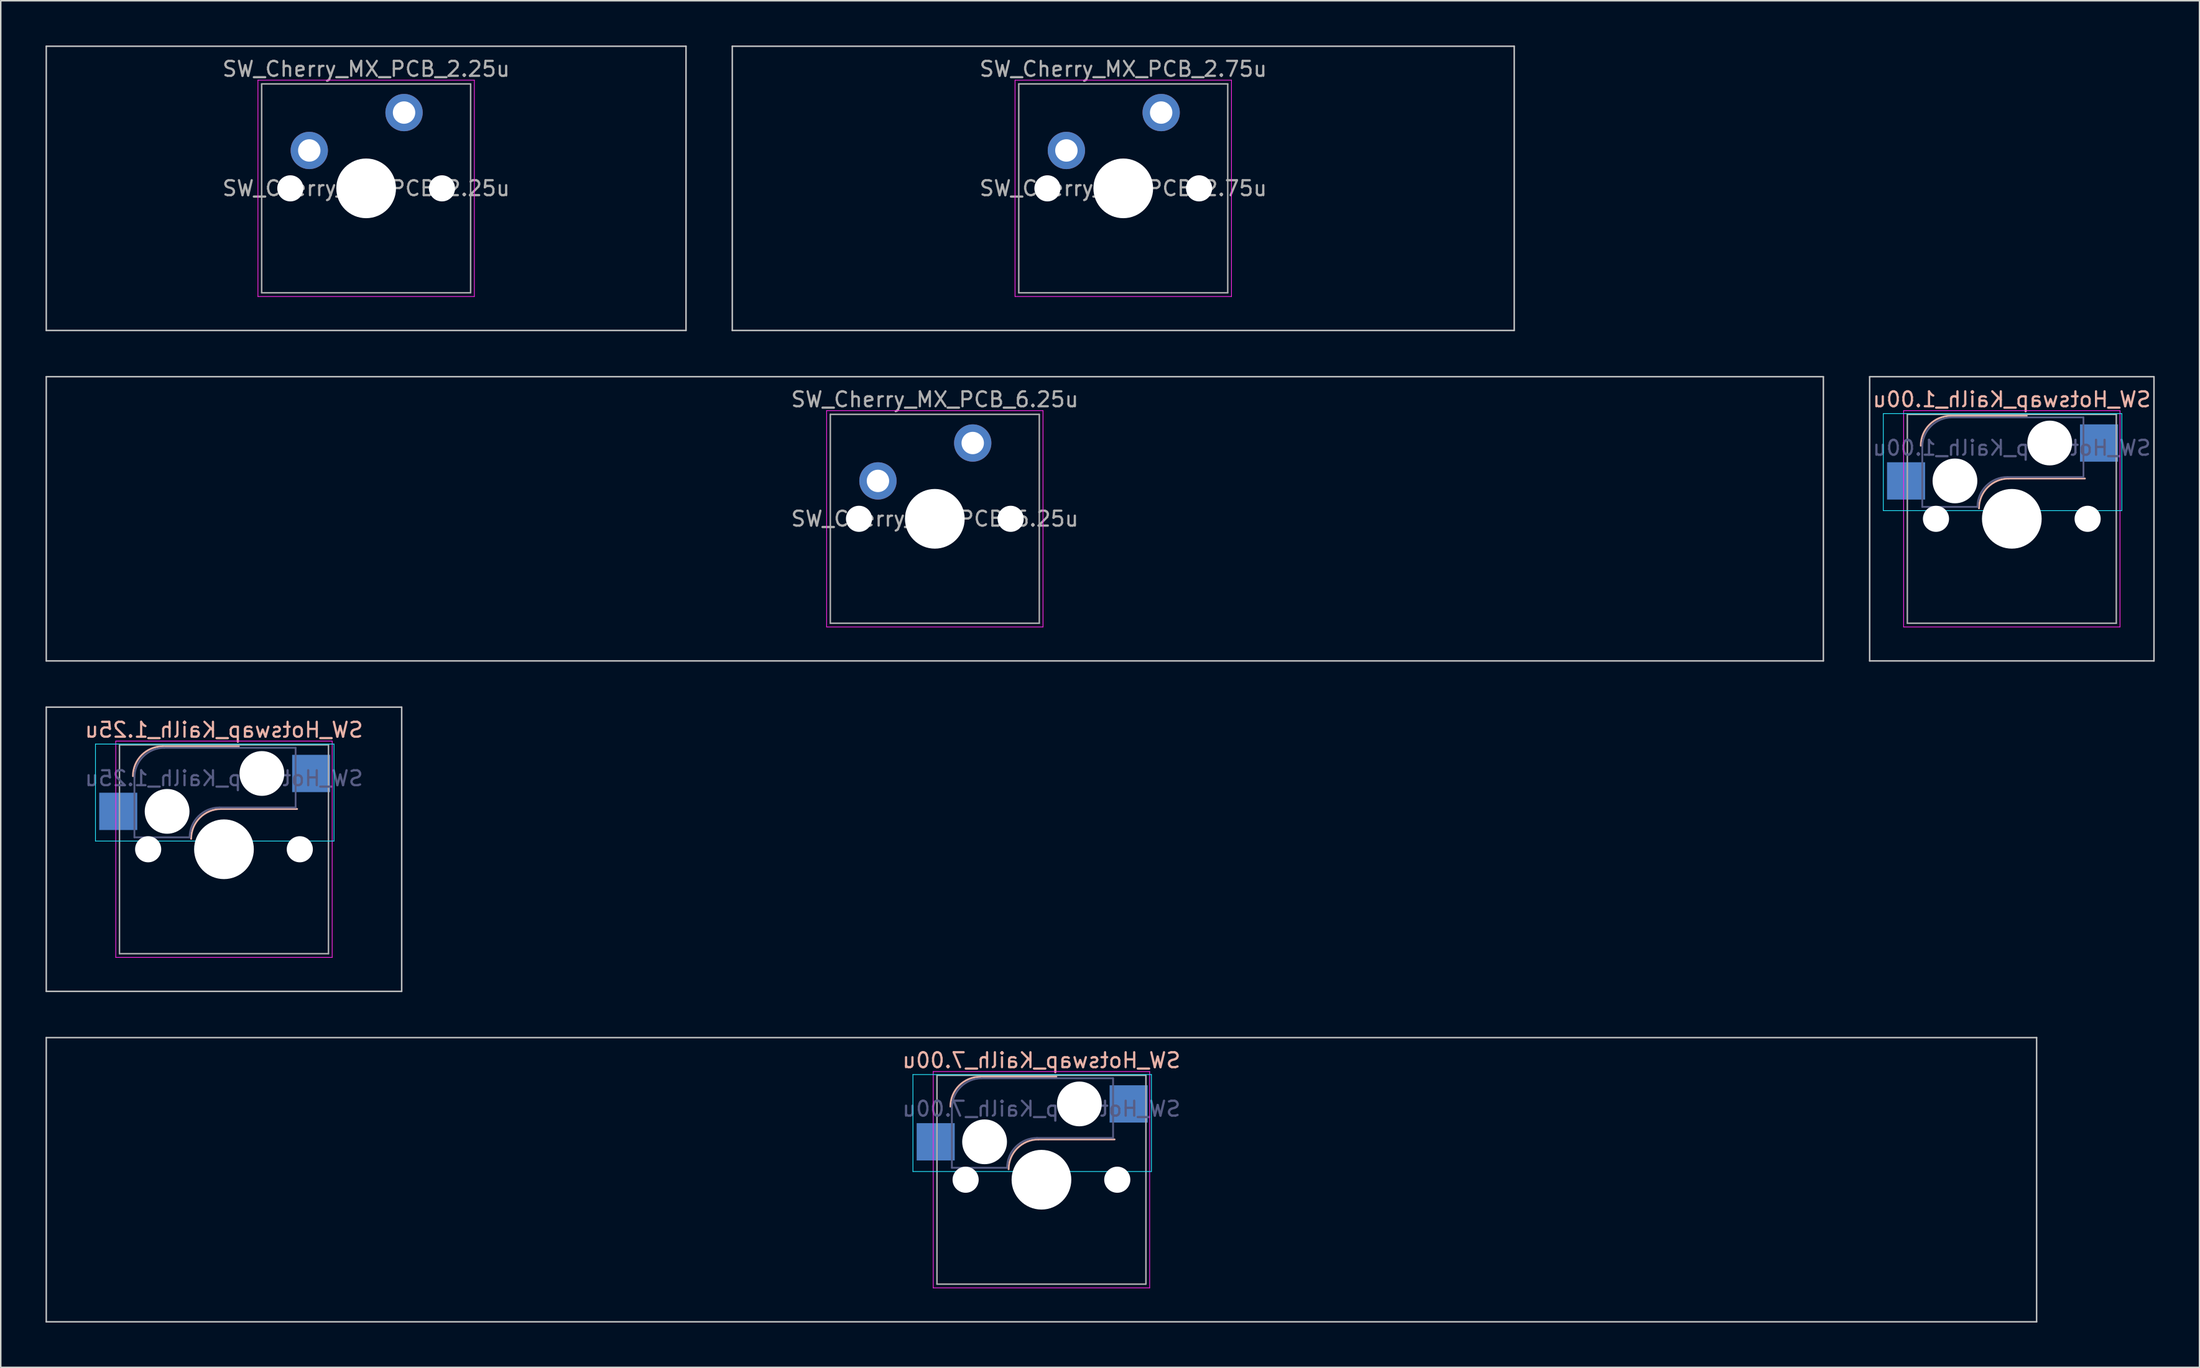
<source format=kicad_pcb>
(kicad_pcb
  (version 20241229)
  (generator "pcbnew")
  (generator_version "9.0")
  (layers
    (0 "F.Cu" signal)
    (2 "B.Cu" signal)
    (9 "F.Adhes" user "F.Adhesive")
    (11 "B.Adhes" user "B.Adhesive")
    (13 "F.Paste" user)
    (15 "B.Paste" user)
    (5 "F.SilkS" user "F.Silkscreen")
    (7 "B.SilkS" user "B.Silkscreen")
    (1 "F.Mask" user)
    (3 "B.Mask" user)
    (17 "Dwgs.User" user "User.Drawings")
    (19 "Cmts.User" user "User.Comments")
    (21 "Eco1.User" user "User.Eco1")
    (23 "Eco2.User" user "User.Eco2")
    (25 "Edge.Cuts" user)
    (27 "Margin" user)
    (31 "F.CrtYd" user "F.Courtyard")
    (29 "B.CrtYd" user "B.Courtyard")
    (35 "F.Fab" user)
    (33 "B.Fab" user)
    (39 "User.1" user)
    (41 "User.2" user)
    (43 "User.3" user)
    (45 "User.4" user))
  (footprint "SW_Hotswap_Kailh_7.00u"
    (layer "F.Cu")
    (at 66.725 76.025)
    (property "Reference" "SW_Hotswap_Kailh_7.00u" (at 0 -8 0) (layer "B.SilkS") (effects (font (size 1 1) (thickness 0.15)) (justify mirror)))
    (attr smd)
    (fp_line (start -4.1 -6.9) (end 1 -6.9) (stroke (width 0.12) (type solid)) (layer "B.SilkS"))
    (fp_line (start -0.2 -2.7) (end 4.9 -2.7) (stroke (width 0.12) (type solid)) (layer "B.SilkS"))
    (fp_arc (start -6.1 -4.9) (mid -5.514214 -6.314214) (end -4.1 -6.9) (stroke (width 0.12) (type solid)) (layer "B.SilkS"))
    (fp_arc (start -2.2 -0.7) (mid -1.614214 -2.114214) (end -0.2 -2.7) (stroke (width 0.12) (type solid)) (layer "B.SilkS"))
    (fp_line (start -66.675 -9.525) (end -66.675 9.525) (stroke (width 0.1) (type solid)) (layer "Dwgs.User"))
    (fp_line (start -66.675 9.525) (end 66.675 9.525) (stroke (width 0.1) (type solid)) (layer "Dwgs.User"))
    (fp_line (start 66.675 -9.525) (end -66.675 -9.525) (stroke (width 0.1) (type solid)) (layer "Dwgs.User"))
    (fp_line (start 66.675 9.525) (end 66.675 -9.525) (stroke (width 0.1) (type solid)) (layer "Dwgs.User"))
    (fp_line (start -8.61 -7.05) (end -8.61 -0.55) (stroke (width 0.05) (type solid)) (layer "B.CrtYd"))
    (fp_line (start -8.61 -0.55) (end 7.37 -0.55) (stroke (width 0.05) (type solid)) (layer "B.CrtYd"))
    (fp_line (start 7.37 -7.05) (end -8.61 -7.05) (stroke (width 0.05) (type solid)) (layer "B.CrtYd"))
    (fp_line (start 7.37 -0.55) (end 7.37 -7.05) (stroke (width 0.05) (type solid)) (layer "B.CrtYd"))
    (fp_line (start -7.25 -7.25) (end -7.25 7.25) (stroke (width 0.05) (type solid)) (layer "F.CrtYd"))
    (fp_line (start -7.25 7.25) (end 7.25 7.25) (stroke (width 0.05) (type solid)) (layer "F.CrtYd"))
    (fp_line (start 7.25 -7.25) (end -7.25 -7.25) (stroke (width 0.05) (type solid)) (layer "F.CrtYd"))
    (fp_line (start 7.25 7.25) (end 7.25 -7.25) (stroke (width 0.05) (type solid)) (layer "F.CrtYd"))
    (fp_line (start -6 -0.8) (end -6 -4.8) (stroke (width 0.12) (type solid)) (layer "B.Fab"))
    (fp_line (start -6 -0.8) (end -2.3 -0.8) (stroke (width 0.12) (type solid)) (layer "B.Fab"))
    (fp_line (start -4 -6.8) (end 4.8 -6.8) (stroke (width 0.12) (type solid)) (layer "B.Fab"))
    (fp_line (start -0.3 -2.8) (end 4.8 -2.8) (stroke (width 0.12) (type solid)) (layer "B.Fab"))
    (fp_line (start 4.8 -6.8) (end 4.8 -2.8) (stroke (width 0.12) (type solid)) (layer "B.Fab"))
    (fp_arc (start -6 -4.8) (mid -5.414214 -6.214214) (end -4 -6.8) (stroke (width 0.12) (type solid)) (layer "B.Fab"))
    (fp_arc (start -2.3 -0.8) (mid -1.714214 -2.214214) (end -0.3 -2.8) (stroke (width 0.12) (type solid)) (layer "B.Fab"))
    (fp_line (start -7 -7) (end -7 7) (stroke (width 0.1) (type solid)) (layer "F.Fab"))
    (fp_line (start -7 7) (end 7 7) (stroke (width 0.1) (type solid)) (layer "F.Fab"))
    (fp_line (start 7 -7) (end -7 -7) (stroke (width 0.1) (type solid)) (layer "F.Fab"))
    (fp_line (start 7 7) (end 7 -7) (stroke (width 0.1) (type solid)) (layer "F.Fab"))
    (fp_text user "${REFERENCE}" (at 0 -4.75 0) (layer "B.Fab") (effects (font (size 1 1) (thickness 0.15)) (justify mirror)))
    (pad "" np_thru_hole circle (at -5.08 0) (size 1.75 1.75) (drill 1.75) (layers "*.Cu" "*.Mask"))
    (pad "" np_thru_hole circle (at -3.81 -2.54) (size 3 3) (drill 3) (layers "*.Cu" "*.Mask"))
    (pad "" np_thru_hole circle (at 0 0) (size 4 4) (drill 4) (layers "*.Cu" "*.Mask"))
    (pad "" np_thru_hole circle (at 2.54 -5.08) (size 3 3) (drill 3) (layers "*.Cu" "*.Mask"))
    (pad "" np_thru_hole circle (at 5.08 0) (size 1.75 1.75) (drill 1.75) (layers "*.Cu" "*.Mask"))
    (pad "1" smd rect (at -7.085 -2.54) (size 2.55 2.5) (layers "B.Cu" "B.Mask" "B.Paste"))
    (pad "2" smd rect (at 5.842 -5.08) (size 2.55 2.5) (layers "B.Cu" "B.Mask" "B.Paste")))
  (footprint "SW_Cherry_MX_PCB_2.25u"
    (layer "F.Cu")
    (at 21.481 9.575)
    (property "Reference" "SW_Cherry_MX_PCB_2.25u" (at 0 -8 0) (layer "F.Fab") (effects (font (size 1 1) (thickness 0.15))))
    (fp_line (start -21.431 -9.525) (end -21.431 9.525) (stroke (width 0.1) (type solid)) (layer "Dwgs.User"))
    (fp_line (start -21.431 9.525) (end 21.431 9.525) (stroke (width 0.1) (type solid)) (layer "Dwgs.User"))
    (fp_line (start 21.431 -9.525) (end -21.431 -9.525) (stroke (width 0.1) (type solid)) (layer "Dwgs.User"))
    (fp_line (start 21.431 9.525) (end 21.431 -9.525) (stroke (width 0.1) (type solid)) (layer "Dwgs.User"))
    (fp_line (start -7.25 -7.25) (end -7.25 7.25) (stroke (width 0.05) (type solid)) (layer "F.CrtYd"))
    (fp_line (start -7.25 7.25) (end 7.25 7.25) (stroke (width 0.05) (type solid)) (layer "F.CrtYd"))
    (fp_line (start 7.25 -7.25) (end -7.25 -7.25) (stroke (width 0.05) (type solid)) (layer "F.CrtYd"))
    (fp_line (start 7.25 7.25) (end 7.25 -7.25) (stroke (width 0.05) (type solid)) (layer "F.CrtYd"))
    (fp_line (start -7 -7) (end -7 7) (stroke (width 0.1) (type solid)) (layer "F.Fab"))
    (fp_line (start -7 7) (end 7 7) (stroke (width 0.1) (type solid)) (layer "F.Fab"))
    (fp_line (start 7 -7) (end -7 -7) (stroke (width 0.1) (type solid)) (layer "F.Fab"))
    (fp_line (start 7 7) (end 7 -7) (stroke (width 0.1) (type solid)) (layer "F.Fab"))
    (fp_text user "${REFERENCE}" (at 0 0 0) (layer "F.Fab") (effects (font (size 1 1) (thickness 0.15))))
    (pad "" np_thru_hole circle (at -5.08 0) (size 1.75 1.75) (drill 1.75) (layers "*.Cu" "*.Mask"))
    (pad "" np_thru_hole circle (at 0 0) (size 4 4) (drill 4) (layers "*.Cu" "*.Mask"))
    (pad "" np_thru_hole circle (at 5.08 0) (size 1.75 1.75) (drill 1.75) (layers "*.Cu" "*.Mask"))
    (pad "1" thru_hole circle (at -3.81 -2.54) (size 2.5 2.5) (drill 1.5) (layers "*.Cu" "*.Mask"))
    (pad "2" thru_hole circle (at 2.54 -5.08) (size 2.5 2.5) (drill 1.5) (layers "*.Cu" "*.Mask")))
  (footprint "SW_Hotswap_Kailh_1.25u"
    (layer "F.Cu")
    (at 11.956 53.875)
    (property "Reference" "SW_Hotswap_Kailh_1.25u" (at 0 -8 0) (layer "B.SilkS") (effects (font (size 1 1) (thickness 0.15)) (justify mirror)))
    (attr smd)
    (fp_line (start -4.1 -6.9) (end 1 -6.9) (stroke (width 0.12) (type solid)) (layer "B.SilkS"))
    (fp_line (start -0.2 -2.7) (end 4.9 -2.7) (stroke (width 0.12) (type solid)) (layer "B.SilkS"))
    (fp_arc (start -6.1 -4.9) (mid -5.514214 -6.314214) (end -4.1 -6.9) (stroke (width 0.12) (type solid)) (layer "B.SilkS"))
    (fp_arc (start -2.2 -0.7) (mid -1.614214 -2.114214) (end -0.2 -2.7) (stroke (width 0.12) (type solid)) (layer "B.SilkS"))
    (fp_line (start -11.906 -9.525) (end -11.906 9.525) (stroke (width 0.1) (type solid)) (layer "Dwgs.User"))
    (fp_line (start -11.906 9.525) (end 11.906 9.525) (stroke (width 0.1) (type solid)) (layer "Dwgs.User"))
    (fp_line (start 11.906 -9.525) (end -11.906 -9.525) (stroke (width 0.1) (type solid)) (layer "Dwgs.User"))
    (fp_line (start 11.906 9.525) (end 11.906 -9.525) (stroke (width 0.1) (type solid)) (layer "Dwgs.User"))
    (fp_line (start -8.61 -7.05) (end -8.61 -0.55) (stroke (width 0.05) (type solid)) (layer "B.CrtYd"))
    (fp_line (start -8.61 -0.55) (end 7.37 -0.55) (stroke (width 0.05) (type solid)) (layer "B.CrtYd"))
    (fp_line (start 7.37 -7.05) (end -8.61 -7.05) (stroke (width 0.05) (type solid)) (layer "B.CrtYd"))
    (fp_line (start 7.37 -0.55) (end 7.37 -7.05) (stroke (width 0.05) (type solid)) (layer "B.CrtYd"))
    (fp_line (start -7.25 -7.25) (end -7.25 7.25) (stroke (width 0.05) (type solid)) (layer "F.CrtYd"))
    (fp_line (start -7.25 7.25) (end 7.25 7.25) (stroke (width 0.05) (type solid)) (layer "F.CrtYd"))
    (fp_line (start 7.25 -7.25) (end -7.25 -7.25) (stroke (width 0.05) (type solid)) (layer "F.CrtYd"))
    (fp_line (start 7.25 7.25) (end 7.25 -7.25) (stroke (width 0.05) (type solid)) (layer "F.CrtYd"))
    (fp_line (start -6 -0.8) (end -6 -4.8) (stroke (width 0.12) (type solid)) (layer "B.Fab"))
    (fp_line (start -6 -0.8) (end -2.3 -0.8) (stroke (width 0.12) (type solid)) (layer "B.Fab"))
    (fp_line (start -4 -6.8) (end 4.8 -6.8) (stroke (width 0.12) (type solid)) (layer "B.Fab"))
    (fp_line (start -0.3 -2.8) (end 4.8 -2.8) (stroke (width 0.12) (type solid)) (layer "B.Fab"))
    (fp_line (start 4.8 -6.8) (end 4.8 -2.8) (stroke (width 0.12) (type solid)) (layer "B.Fab"))
    (fp_arc (start -6 -4.8) (mid -5.414214 -6.214214) (end -4 -6.8) (stroke (width 0.12) (type solid)) (layer "B.Fab"))
    (fp_arc (start -2.3 -0.8) (mid -1.714214 -2.214214) (end -0.3 -2.8) (stroke (width 0.12) (type solid)) (layer "B.Fab"))
    (fp_line (start -7 -7) (end -7 7) (stroke (width 0.1) (type solid)) (layer "F.Fab"))
    (fp_line (start -7 7) (end 7 7) (stroke (width 0.1) (type solid)) (layer "F.Fab"))
    (fp_line (start 7 -7) (end -7 -7) (stroke (width 0.1) (type solid)) (layer "F.Fab"))
    (fp_line (start 7 7) (end 7 -7) (stroke (width 0.1) (type solid)) (layer "F.Fab"))
    (fp_text user "${REFERENCE}" (at 0 -4.75 0) (layer "B.Fab") (effects (font (size 1 1) (thickness 0.15)) (justify mirror)))
    (pad "" np_thru_hole circle (at -5.08 0) (size 1.75 1.75) (drill 1.75) (layers "*.Cu" "*.Mask"))
    (pad "" np_thru_hole circle (at -3.81 -2.54) (size 3 3) (drill 3) (layers "*.Cu" "*.Mask"))
    (pad "" np_thru_hole circle (at 0 0) (size 4 4) (drill 4) (layers "*.Cu" "*.Mask"))
    (pad "" np_thru_hole circle (at 2.54 -5.08) (size 3 3) (drill 3) (layers "*.Cu" "*.Mask"))
    (pad "" np_thru_hole circle (at 5.08 0) (size 1.75 1.75) (drill 1.75) (layers "*.Cu" "*.Mask"))
    (pad "1" smd rect (at -7.085 -2.54) (size 2.55 2.5) (layers "B.Cu" "B.Mask" "B.Paste"))
    (pad "2" smd rect (at 5.842 -5.08) (size 2.55 2.5) (layers "B.Cu" "B.Mask" "B.Paste")))
  (footprint "SW_Cherry_MX_PCB_6.25u"
    (layer "F.Cu")
    (at 59.581 31.725)
    (property "Reference" "SW_Cherry_MX_PCB_6.25u" (at 0 -8 0) (layer "F.Fab") (effects (font (size 1 1) (thickness 0.15))))
    (fp_line (start -59.531 -9.525) (end -59.531 9.525) (stroke (width 0.1) (type solid)) (layer "Dwgs.User"))
    (fp_line (start -59.531 9.525) (end 59.531 9.525) (stroke (width 0.1) (type solid)) (layer "Dwgs.User"))
    (fp_line (start 59.531 -9.525) (end -59.531 -9.525) (stroke (width 0.1) (type solid)) (layer "Dwgs.User"))
    (fp_line (start 59.531 9.525) (end 59.531 -9.525) (stroke (width 0.1) (type solid)) (layer "Dwgs.User"))
    (fp_line (start -7.25 -7.25) (end -7.25 7.25) (stroke (width 0.05) (type solid)) (layer "F.CrtYd"))
    (fp_line (start -7.25 7.25) (end 7.25 7.25) (stroke (width 0.05) (type solid)) (layer "F.CrtYd"))
    (fp_line (start 7.25 -7.25) (end -7.25 -7.25) (stroke (width 0.05) (type solid)) (layer "F.CrtYd"))
    (fp_line (start 7.25 7.25) (end 7.25 -7.25) (stroke (width 0.05) (type solid)) (layer "F.CrtYd"))
    (fp_line (start -7 -7) (end -7 7) (stroke (width 0.1) (type solid)) (layer "F.Fab"))
    (fp_line (start -7 7) (end 7 7) (stroke (width 0.1) (type solid)) (layer "F.Fab"))
    (fp_line (start 7 -7) (end -7 -7) (stroke (width 0.1) (type solid)) (layer "F.Fab"))
    (fp_line (start 7 7) (end 7 -7) (stroke (width 0.1) (type solid)) (layer "F.Fab"))
    (fp_text user "${REFERENCE}" (at 0 0 0) (layer "F.Fab") (effects (font (size 1 1) (thickness 0.15))))
    (pad "" np_thru_hole circle (at -5.08 0) (size 1.75 1.75) (drill 1.75) (layers "*.Cu" "*.Mask"))
    (pad "" np_thru_hole circle (at 0 0) (size 4 4) (drill 4) (layers "*.Cu" "*.Mask"))
    (pad "" np_thru_hole circle (at 5.08 0) (size 1.75 1.75) (drill 1.75) (layers "*.Cu" "*.Mask"))
    (pad "1" thru_hole circle (at -3.81 -2.54) (size 2.5 2.5) (drill 1.5) (layers "*.Cu" "*.Mask"))
    (pad "2" thru_hole circle (at 2.54 -5.08) (size 2.5 2.5) (drill 1.5) (layers "*.Cu" "*.Mask")))
  (footprint "SW_Cherry_MX_PCB_2.75u"
    (layer "F.Cu")
    (at 72.206 9.575)
    (property "Reference" "SW_Cherry_MX_PCB_2.75u" (at 0 -8 0) (layer "F.Fab") (effects (font (size 1 1) (thickness 0.15))))
    (fp_line (start -26.194 -9.525) (end -26.194 9.525) (stroke (width 0.1) (type solid)) (layer "Dwgs.User"))
    (fp_line (start -26.194 9.525) (end 26.194 9.525) (stroke (width 0.1) (type solid)) (layer "Dwgs.User"))
    (fp_line (start 26.194 -9.525) (end -26.194 -9.525) (stroke (width 0.1) (type solid)) (layer "Dwgs.User"))
    (fp_line (start 26.194 9.525) (end 26.194 -9.525) (stroke (width 0.1) (type solid)) (layer "Dwgs.User"))
    (fp_line (start -7.25 -7.25) (end -7.25 7.25) (stroke (width 0.05) (type solid)) (layer "F.CrtYd"))
    (fp_line (start -7.25 7.25) (end 7.25 7.25) (stroke (width 0.05) (type solid)) (layer "F.CrtYd"))
    (fp_line (start 7.25 -7.25) (end -7.25 -7.25) (stroke (width 0.05) (type solid)) (layer "F.CrtYd"))
    (fp_line (start 7.25 7.25) (end 7.25 -7.25) (stroke (width 0.05) (type solid)) (layer "F.CrtYd"))
    (fp_line (start -7 -7) (end -7 7) (stroke (width 0.1) (type solid)) (layer "F.Fab"))
    (fp_line (start -7 7) (end 7 7) (stroke (width 0.1) (type solid)) (layer "F.Fab"))
    (fp_line (start 7 -7) (end -7 -7) (stroke (width 0.1) (type solid)) (layer "F.Fab"))
    (fp_line (start 7 7) (end 7 -7) (stroke (width 0.1) (type solid)) (layer "F.Fab"))
    (fp_text user "${REFERENCE}" (at 0 0 0) (layer "F.Fab") (effects (font (size 1 1) (thickness 0.15))))
    (pad "" np_thru_hole circle (at -5.08 0) (size 1.75 1.75) (drill 1.75) (layers "*.Cu" "*.Mask"))
    (pad "" np_thru_hole circle (at 0 0) (size 4 4) (drill 4) (layers "*.Cu" "*.Mask"))
    (pad "" np_thru_hole circle (at 5.08 0) (size 1.75 1.75) (drill 1.75) (layers "*.Cu" "*.Mask"))
    (pad "1" thru_hole circle (at -3.81 -2.54) (size 2.5 2.5) (drill 1.5) (layers "*.Cu" "*.Mask"))
    (pad "2" thru_hole circle (at 2.54 -5.08) (size 2.5 2.5) (drill 1.5) (layers "*.Cu" "*.Mask")))
  (footprint "SW_Hotswap_Kailh_1.00u"
    (layer "F.Cu")
    (at 131.738 31.725)
    (property "Reference" "SW_Hotswap_Kailh_1.00u" (at 0 -8 0) (layer "B.SilkS") (effects (font (size 1 1) (thickness 0.15)) (justify mirror)))
    (attr smd)
    (fp_line (start -4.1 -6.9) (end 1 -6.9) (stroke (width 0.12) (type solid)) (layer "B.SilkS"))
    (fp_line (start -0.2 -2.7) (end 4.9 -2.7) (stroke (width 0.12) (type solid)) (layer "B.SilkS"))
    (fp_arc (start -6.1 -4.9) (mid -5.514214 -6.314214) (end -4.1 -6.9) (stroke (width 0.12) (type solid)) (layer "B.SilkS"))
    (fp_arc (start -2.2 -0.7) (mid -1.614214 -2.114214) (end -0.2 -2.7) (stroke (width 0.12) (type solid)) (layer "B.SilkS"))
    (fp_line (start -9.525 -9.525) (end -9.525 9.525) (stroke (width 0.1) (type solid)) (layer "Dwgs.User"))
    (fp_line (start -9.525 9.525) (end 9.525 9.525) (stroke (width 0.1) (type solid)) (layer "Dwgs.User"))
    (fp_line (start 9.525 -9.525) (end -9.525 -9.525) (stroke (width 0.1) (type solid)) (layer "Dwgs.User"))
    (fp_line (start 9.525 9.525) (end 9.525 -9.525) (stroke (width 0.1) (type solid)) (layer "Dwgs.User"))
    (fp_line (start -8.61 -7.05) (end -8.61 -0.55) (stroke (width 0.05) (type solid)) (layer "B.CrtYd"))
    (fp_line (start -8.61 -0.55) (end 7.37 -0.55) (stroke (width 0.05) (type solid)) (layer "B.CrtYd"))
    (fp_line (start 7.37 -7.05) (end -8.61 -7.05) (stroke (width 0.05) (type solid)) (layer "B.CrtYd"))
    (fp_line (start 7.37 -0.55) (end 7.37 -7.05) (stroke (width 0.05) (type solid)) (layer "B.CrtYd"))
    (fp_line (start -7.25 -7.25) (end -7.25 7.25) (stroke (width 0.05) (type solid)) (layer "F.CrtYd"))
    (fp_line (start -7.25 7.25) (end 7.25 7.25) (stroke (width 0.05) (type solid)) (layer "F.CrtYd"))
    (fp_line (start 7.25 -7.25) (end -7.25 -7.25) (stroke (width 0.05) (type solid)) (layer "F.CrtYd"))
    (fp_line (start 7.25 7.25) (end 7.25 -7.25) (stroke (width 0.05) (type solid)) (layer "F.CrtYd"))
    (fp_line (start -6 -0.8) (end -6 -4.8) (stroke (width 0.12) (type solid)) (layer "B.Fab"))
    (fp_line (start -6 -0.8) (end -2.3 -0.8) (stroke (width 0.12) (type solid)) (layer "B.Fab"))
    (fp_line (start -4 -6.8) (end 4.8 -6.8) (stroke (width 0.12) (type solid)) (layer "B.Fab"))
    (fp_line (start -0.3 -2.8) (end 4.8 -2.8) (stroke (width 0.12) (type solid)) (layer "B.Fab"))
    (fp_line (start 4.8 -6.8) (end 4.8 -2.8) (stroke (width 0.12) (type solid)) (layer "B.Fab"))
    (fp_arc (start -6 -4.8) (mid -5.414214 -6.214214) (end -4 -6.8) (stroke (width 0.12) (type solid)) (layer "B.Fab"))
    (fp_arc (start -2.3 -0.8) (mid -1.714214 -2.214214) (end -0.3 -2.8) (stroke (width 0.12) (type solid)) (layer "B.Fab"))
    (fp_line (start -7 -7) (end -7 7) (stroke (width 0.1) (type solid)) (layer "F.Fab"))
    (fp_line (start -7 7) (end 7 7) (stroke (width 0.1) (type solid)) (layer "F.Fab"))
    (fp_line (start 7 -7) (end -7 -7) (stroke (width 0.1) (type solid)) (layer "F.Fab"))
    (fp_line (start 7 7) (end 7 -7) (stroke (width 0.1) (type solid)) (layer "F.Fab"))
    (fp_text user "${REFERENCE}" (at 0 -4.75 0) (layer "B.Fab") (effects (font (size 1 1) (thickness 0.15)) (justify mirror)))
    (pad "" np_thru_hole circle (at -5.08 0) (size 1.75 1.75) (drill 1.75) (layers "*.Cu" "*.Mask"))
    (pad "" np_thru_hole circle (at -3.81 -2.54) (size 3 3) (drill 3) (layers "*.Cu" "*.Mask"))
    (pad "" np_thru_hole circle (at 0 0) (size 4 4) (drill 4) (layers "*.Cu" "*.Mask"))
    (pad "" np_thru_hole circle (at 2.54 -5.08) (size 3 3) (drill 3) (layers "*.Cu" "*.Mask"))
    (pad "" np_thru_hole circle (at 5.08 0) (size 1.75 1.75) (drill 1.75) (layers "*.Cu" "*.Mask"))
    (pad "1" smd rect (at -7.085 -2.54) (size 2.55 2.5) (layers "B.Cu" "B.Mask" "B.Paste"))
    (pad "2" smd rect (at 5.842 -5.08) (size 2.55 2.5) (layers "B.Cu" "B.Mask" "B.Paste")))
  (gr_rect
    (start -3 -3)
    (end 144.312 88.6)
    (stroke (width 0.1) (type default))
    (fill no)
    (layer "Edge.Cuts")))
</source>
